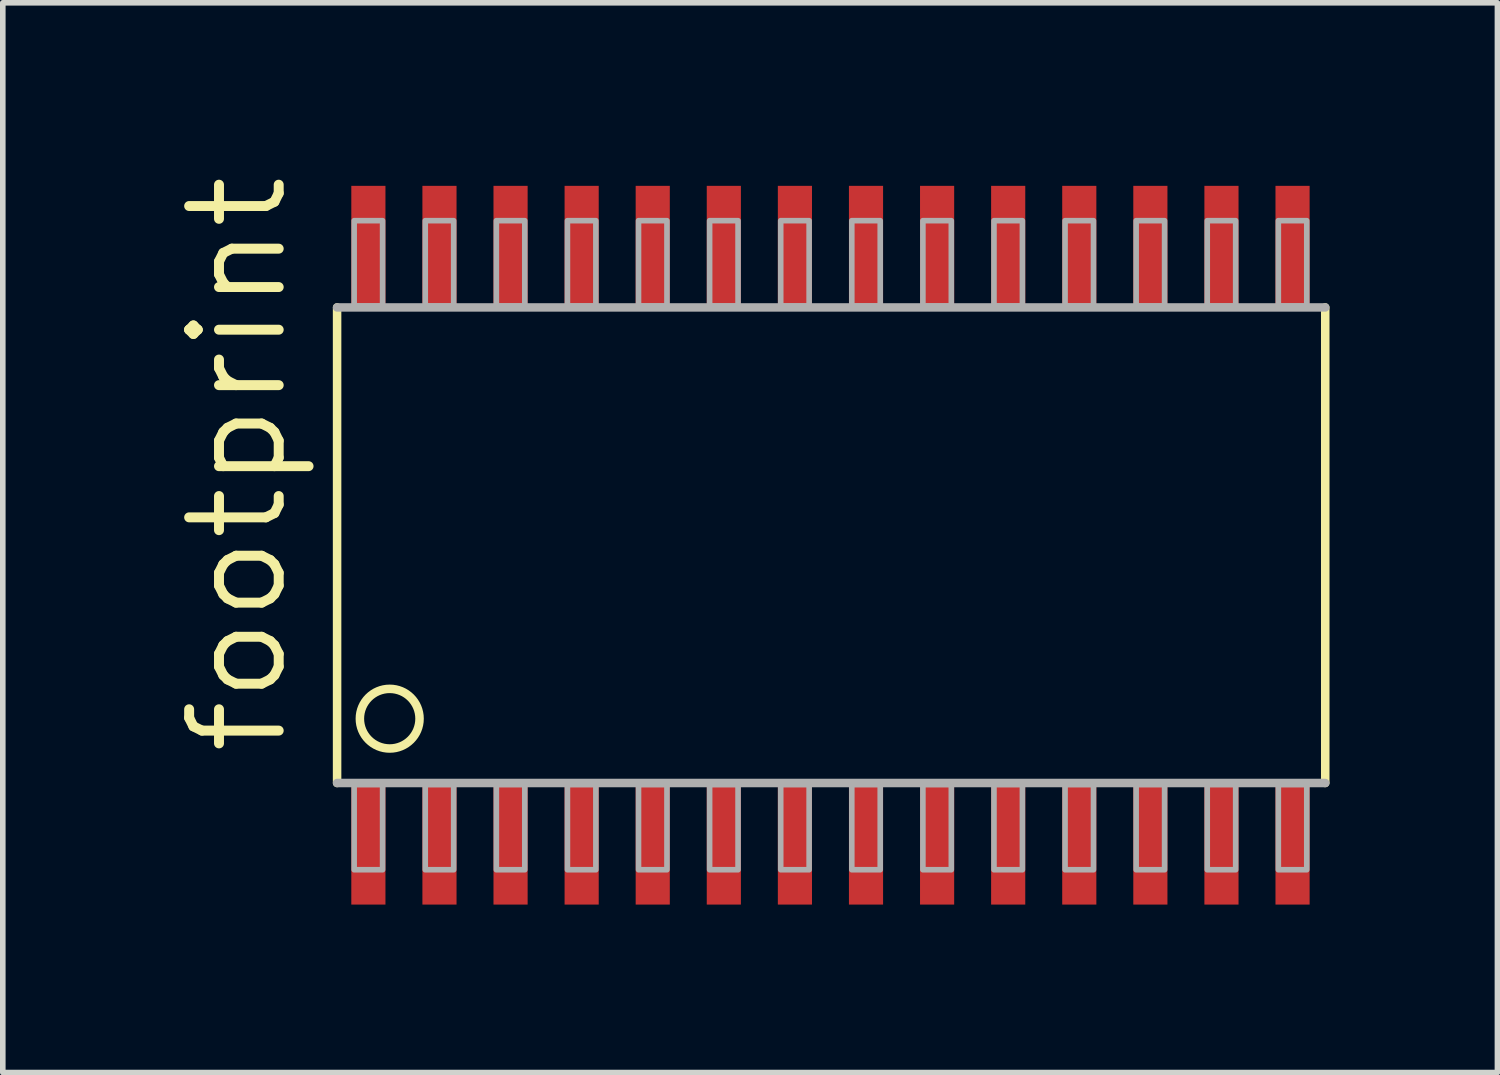
<source format=kicad_pcb>
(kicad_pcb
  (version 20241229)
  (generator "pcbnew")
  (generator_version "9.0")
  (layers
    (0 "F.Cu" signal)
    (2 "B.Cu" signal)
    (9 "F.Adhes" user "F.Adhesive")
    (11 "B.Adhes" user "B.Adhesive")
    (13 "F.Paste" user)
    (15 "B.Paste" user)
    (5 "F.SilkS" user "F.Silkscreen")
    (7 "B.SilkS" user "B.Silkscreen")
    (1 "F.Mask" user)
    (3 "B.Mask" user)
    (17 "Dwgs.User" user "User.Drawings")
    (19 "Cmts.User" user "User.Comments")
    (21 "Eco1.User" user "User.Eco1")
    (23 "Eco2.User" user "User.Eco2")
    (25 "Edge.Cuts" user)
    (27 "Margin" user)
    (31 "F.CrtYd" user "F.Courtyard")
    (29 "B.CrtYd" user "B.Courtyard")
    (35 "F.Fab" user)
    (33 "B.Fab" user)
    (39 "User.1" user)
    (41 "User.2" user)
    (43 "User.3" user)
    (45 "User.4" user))
  (footprint "footprint"
    (layer "F.Cu")
    (at 11.786 6.69)
    (property "Reference" "footprint" (at -9.652 3.81 90) (layer "F.SilkS") (effects (font (size 1.6 1.6) (thickness 0.178)) (justify left bottom)))
    (fp_line (start -8.814 -4.248) (end -8.814 4.248) (stroke (width 0.152) (type solid)) (layer "F.SilkS"))
    (fp_line (start 8.839 4.248) (end 8.839 -4.248) (stroke (width 0.152) (type solid)) (layer "F.SilkS"))
    (fp_circle (center -7.874 3.099) (end -7.341 3.099) (stroke (width 0.152) (type solid)) (fill no) (layer "F.SilkS"))
    (fp_line (start -8.814 4.248) (end 8.839 4.248) (stroke (width 0.152) (type solid)) (layer "F.Fab"))
    (fp_line (start 8.839 -4.248) (end -8.814 -4.248) (stroke (width 0.152) (type solid)) (layer "F.Fab"))
    (fp_poly (pts (xy -8.509 -4.274) (xy -8.001 -4.274) (xy -8.001 -5.798) (xy -8.509 -5.798)) (stroke (width 0.1) (type solid)) (fill no) (layer "F.Fab"))
    (fp_poly (pts (xy -8.509 5.798) (xy -8.001 5.798) (xy -8.001 4.274) (xy -8.509 4.274)) (stroke (width 0.1) (type solid)) (fill no) (layer "F.Fab"))
    (fp_poly (pts (xy -7.239 -4.274) (xy -6.731 -4.274) (xy -6.731 -5.798) (xy -7.239 -5.798)) (stroke (width 0.1) (type solid)) (fill no) (layer "F.Fab"))
    (fp_poly (pts (xy -7.239 5.798) (xy -6.731 5.798) (xy -6.731 4.274) (xy -7.239 4.274)) (stroke (width 0.1) (type solid)) (fill no) (layer "F.Fab"))
    (fp_poly (pts (xy -5.969 -4.274) (xy -5.461 -4.274) (xy -5.461 -5.798) (xy -5.969 -5.798)) (stroke (width 0.1) (type solid)) (fill no) (layer "F.Fab"))
    (fp_poly (pts (xy -5.969 5.798) (xy -5.461 5.798) (xy -5.461 4.274) (xy -5.969 4.274)) (stroke (width 0.1) (type solid)) (fill no) (layer "F.Fab"))
    (fp_poly (pts (xy -4.699 -4.274) (xy -4.191 -4.274) (xy -4.191 -5.798) (xy -4.699 -5.798)) (stroke (width 0.1) (type solid)) (fill no) (layer "F.Fab"))
    (fp_poly (pts (xy -4.699 5.798) (xy -4.191 5.798) (xy -4.191 4.274) (xy -4.699 4.274)) (stroke (width 0.1) (type solid)) (fill no) (layer "F.Fab"))
    (fp_poly (pts (xy -3.429 -4.274) (xy -2.921 -4.274) (xy -2.921 -5.798) (xy -3.429 -5.798)) (stroke (width 0.1) (type solid)) (fill no) (layer "F.Fab"))
    (fp_poly (pts (xy -3.429 5.798) (xy -2.921 5.798) (xy -2.921 4.274) (xy -3.429 4.274)) (stroke (width 0.1) (type solid)) (fill no) (layer "F.Fab"))
    (fp_poly (pts (xy -2.159 -4.274) (xy -1.651 -4.274) (xy -1.651 -5.798) (xy -2.159 -5.798)) (stroke (width 0.1) (type solid)) (fill no) (layer "F.Fab"))
    (fp_poly (pts (xy -2.159 5.798) (xy -1.651 5.798) (xy -1.651 4.274) (xy -2.159 4.274)) (stroke (width 0.1) (type solid)) (fill no) (layer "F.Fab"))
    (fp_poly (pts (xy -0.889 -4.274) (xy -0.381 -4.274) (xy -0.381 -5.798) (xy -0.889 -5.798)) (stroke (width 0.1) (type solid)) (fill no) (layer "F.Fab"))
    (fp_poly (pts (xy -0.889 5.798) (xy -0.381 5.798) (xy -0.381 4.274) (xy -0.889 4.274)) (stroke (width 0.1) (type solid)) (fill no) (layer "F.Fab"))
    (fp_poly (pts (xy 0.381 -4.274) (xy 0.889 -4.274) (xy 0.889 -5.798) (xy 0.381 -5.798)) (stroke (width 0.1) (type solid)) (fill no) (layer "F.Fab"))
    (fp_poly (pts (xy 0.381 5.798) (xy 0.889 5.798) (xy 0.889 4.274) (xy 0.381 4.274)) (stroke (width 0.1) (type solid)) (fill no) (layer "F.Fab"))
    (fp_poly (pts (xy 1.651 -4.274) (xy 2.159 -4.274) (xy 2.159 -5.798) (xy 1.651 -5.798)) (stroke (width 0.1) (type solid)) (fill no) (layer "F.Fab"))
    (fp_poly (pts (xy 1.651 5.798) (xy 2.159 5.798) (xy 2.159 4.274) (xy 1.651 4.274)) (stroke (width 0.1) (type solid)) (fill no) (layer "F.Fab"))
    (fp_poly (pts (xy 2.921 -4.274) (xy 3.429 -4.274) (xy 3.429 -5.798) (xy 2.921 -5.798)) (stroke (width 0.1) (type solid)) (fill no) (layer "F.Fab"))
    (fp_poly (pts (xy 2.921 5.798) (xy 3.429 5.798) (xy 3.429 4.274) (xy 2.921 4.274)) (stroke (width 0.1) (type solid)) (fill no) (layer "F.Fab"))
    (fp_poly (pts (xy 4.191 -4.274) (xy 4.699 -4.274) (xy 4.699 -5.798) (xy 4.191 -5.798)) (stroke (width 0.1) (type solid)) (fill no) (layer "F.Fab"))
    (fp_poly (pts (xy 4.191 5.798) (xy 4.699 5.798) (xy 4.699 4.274) (xy 4.191 4.274)) (stroke (width 0.1) (type solid)) (fill no) (layer "F.Fab"))
    (fp_poly (pts (xy 5.461 -4.274) (xy 5.969 -4.274) (xy 5.969 -5.798) (xy 5.461 -5.798)) (stroke (width 0.1) (type solid)) (fill no) (layer "F.Fab"))
    (fp_poly (pts (xy 5.461 5.798) (xy 5.969 5.798) (xy 5.969 4.274) (xy 5.461 4.274)) (stroke (width 0.1) (type solid)) (fill no) (layer "F.Fab"))
    (fp_poly (pts (xy 6.731 -4.274) (xy 7.239 -4.274) (xy 7.239 -5.798) (xy 6.731 -5.798)) (stroke (width 0.1) (type solid)) (fill no) (layer "F.Fab"))
    (fp_poly (pts (xy 6.731 5.798) (xy 7.239 5.798) (xy 7.239 4.274) (xy 6.731 4.274)) (stroke (width 0.1) (type solid)) (fill no) (layer "F.Fab"))
    (fp_poly (pts (xy 8.001 -4.274) (xy 8.509 -4.274) (xy 8.509 -5.798) (xy 8.001 -5.798)) (stroke (width 0.1) (type solid)) (fill no) (layer "F.Fab"))
    (fp_poly (pts (xy 8.001 5.798) (xy 8.509 5.798) (xy 8.509 4.274) (xy 8.001 4.274)) (stroke (width 0.1) (type solid)) (fill no) (layer "F.Fab"))
    (pad "1" smd rect (at -8.255 5.315) (size 0.61 2.21) (layers "F.Cu" "F.Mask" "F.Paste"))
    (pad "2" smd rect (at -6.985 5.315) (size 0.61 2.21) (layers "F.Cu" "F.Mask" "F.Paste"))
    (pad "3" smd rect (at -5.715 5.315) (size 0.61 2.21) (layers "F.Cu" "F.Mask" "F.Paste"))
    (pad "4" smd rect (at -4.445 5.315) (size 0.61 2.21) (layers "F.Cu" "F.Mask" "F.Paste"))
    (pad "5" smd rect (at -3.175 5.315) (size 0.61 2.21) (layers "F.Cu" "F.Mask" "F.Paste"))
    (pad "6" smd rect (at -1.905 5.315) (size 0.61 2.21) (layers "F.Cu" "F.Mask" "F.Paste"))
    (pad "7" smd rect (at -0.635 5.315) (size 0.61 2.21) (layers "F.Cu" "F.Mask" "F.Paste"))
    (pad "8" smd rect (at 0.635 5.315) (size 0.61 2.21) (layers "F.Cu" "F.Mask" "F.Paste"))
    (pad "9" smd rect (at 1.905 5.315) (size 0.61 2.21) (layers "F.Cu" "F.Mask" "F.Paste"))
    (pad "10" smd rect (at 3.175 5.315) (size 0.61 2.21) (layers "F.Cu" "F.Mask" "F.Paste"))
    (pad "11" smd rect (at 4.445 5.315) (size 0.61 2.21) (layers "F.Cu" "F.Mask" "F.Paste"))
    (pad "12" smd rect (at 5.715 5.315) (size 0.61 2.21) (layers "F.Cu" "F.Mask" "F.Paste"))
    (pad "13" smd rect (at 6.985 5.315) (size 0.61 2.21) (layers "F.Cu" "F.Mask" "F.Paste"))
    (pad "14" smd rect (at 8.255 5.315) (size 0.61 2.21) (layers "F.Cu" "F.Mask" "F.Paste"))
    (pad "15" smd rect (at 8.255 -5.315) (size 0.61 2.21) (layers "F.Cu" "F.Mask" "F.Paste"))
    (pad "16" smd rect (at 6.985 -5.315) (size 0.61 2.21) (layers "F.Cu" "F.Mask" "F.Paste"))
    (pad "17" smd rect (at 5.715 -5.315) (size 0.61 2.21) (layers "F.Cu" "F.Mask" "F.Paste"))
    (pad "18" smd rect (at 4.445 -5.315) (size 0.61 2.21) (layers "F.Cu" "F.Mask" "F.Paste"))
    (pad "19" smd rect (at 3.175 -5.315) (size 0.61 2.21) (layers "F.Cu" "F.Mask" "F.Paste"))
    (pad "20" smd rect (at 1.905 -5.315) (size 0.61 2.21) (layers "F.Cu" "F.Mask" "F.Paste"))
    (pad "21" smd rect (at 0.635 -5.315) (size 0.61 2.21) (layers "F.Cu" "F.Mask" "F.Paste"))
    (pad "22" smd rect (at -0.635 -5.315) (size 0.61 2.21) (layers "F.Cu" "F.Mask" "F.Paste"))
    (pad "23" smd rect (at -1.905 -5.315) (size 0.61 2.21) (layers "F.Cu" "F.Mask" "F.Paste"))
    (pad "24" smd rect (at -3.175 -5.315) (size 0.61 2.21) (layers "F.Cu" "F.Mask" "F.Paste"))
    (pad "25" smd rect (at -4.445 -5.315) (size 0.61 2.21) (layers "F.Cu" "F.Mask" "F.Paste"))
    (pad "26" smd rect (at -5.715 -5.315) (size 0.61 2.21) (layers "F.Cu" "F.Mask" "F.Paste"))
    (pad "27" smd rect (at -6.985 -5.315) (size 0.61 2.21) (layers "F.Cu" "F.Mask" "F.Paste"))
    (pad "28" smd rect (at -8.255 -5.315) (size 0.61 2.21) (layers "F.Cu" "F.Mask" "F.Paste")))
  (gr_rect
    (start -3 -3)
    (end 23.701 16.11)
    (stroke (width 0.1) (type default))
    (fill no)
    (layer "Edge.Cuts")))
</source>
